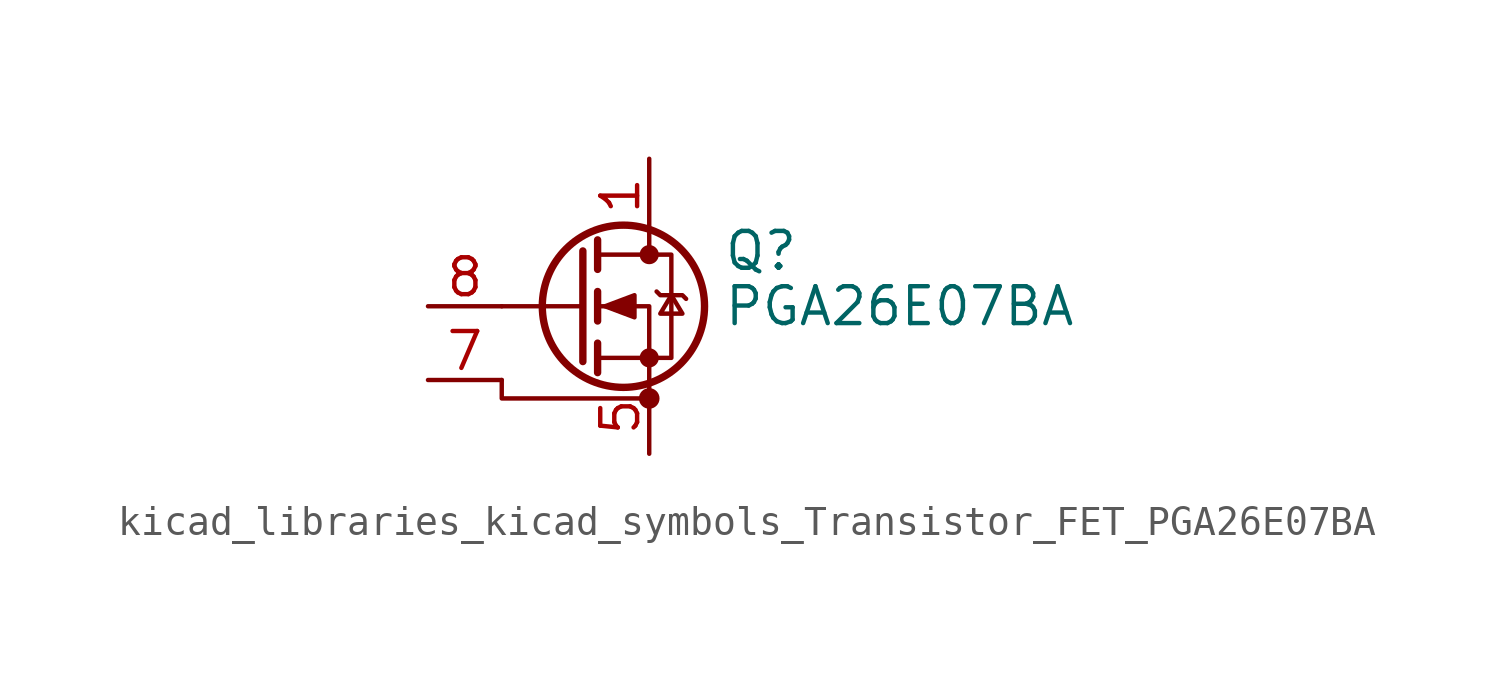
<source format=kicad_sym>
(kicad_symbol_lib
  (version 20220914)
  (generator kicad_symbol_editor)
  (symbol "kicad_libraries_kicad_symbols_Transistor_FET_PGA26E07BA"
    (pin_names hide)
    (property "Reference" "Q"
      (at 5.08 1.905 0)
      (effects (font (size 1.27 1.27)) (justify left)))
    (property "Value" "PGA26E07BA"
      (at 5.08 0 0)
      (effects (font (size 1.27 1.27)) (justify left)))
    (symbol "kicad_libraries_kicad_symbols_Transistor_FET_PGA26E07BA_0_1"
      (polyline (pts (xy 0.254 0) (xy -2.54 0)) (stroke (width 0) (type default)) (fill (type none)))
      (polyline (pts (xy 0.254 1.905) (xy 0.254 -1.905)) (stroke (width 0.254) (type default)) (fill (type none)))
      (polyline (pts (xy 0.762 -1.27) (xy 0.762 -2.286)) (stroke (width 0.254) (type default)) (fill (type none)))
      (polyline (pts (xy 0.762 0.508) (xy 0.762 -0.508)) (stroke (width 0.254) (type default)) (fill (type none)))
      (polyline (pts (xy 0.762 2.286) (xy 0.762 1.27)) (stroke (width 0.254) (type default)) (fill (type none)))
      (polyline (pts (xy 2.54 2.54) (xy 2.54 1.778)) (stroke (width 0) (type default)) (fill (type none)))
      (polyline (pts (xy -2.54 -2.54) (xy -2.54 -3.175) (xy 2.54 -3.175)) (stroke (width 0) (type default)) (fill (type none)))
      (polyline (pts (xy 2.54 -2.54) (xy 2.54 0) (xy 0.762 0)) (stroke (width 0) (type default)) (fill (type none)))
      (polyline (pts (xy 0.762 -1.778) (xy 3.302 -1.778) (xy 3.302 1.778) (xy 0.762 1.778)) (stroke (width 0) (type default)) (fill (type none)))
      (polyline (pts (xy 1.016 0) (xy 2.032 0.381) (xy 2.032 -0.381) (xy 1.016 0)) (stroke (width 0) (type default)) (fill (type outline)))
      (polyline (pts (xy 2.794 0.508) (xy 2.921 0.381) (xy 3.683 0.381) (xy 3.81 0.254)) (stroke (width 0) (type default)) (fill (type none)))
      (polyline (pts (xy 3.302 0.381) (xy 2.921 -0.254) (xy 3.683 -0.254) (xy 3.302 0.381)) (stroke (width 0) (type default)) (fill (type none)))
      (circle (center 1.651 0) (radius 2.794) (stroke (width 0.254) (type default)) (fill (type none)))
      (circle (center 2.54 -3.175) (radius 0.279) (stroke (width 0) (type default)) (fill (type outline)))
      (circle (center 2.54 -1.778) (radius 0.254) (stroke (width 0) (type default)) (fill (type outline)))
      (circle (center 2.54 1.778) (radius 0.254) (stroke (width 0) (type default)) (fill (type outline))))
    (symbol "kicad_libraries_kicad_symbols_Transistor_FET_PGA26E07BA_1_1"
      (pin passive line (at 2.54 5.08 270) (length 2.54) (name "D" (effects (font (size 1.27 1.27)))) (number "1" (effects (font (size 1.27 1.27)))))
      (pin passive line (at 2.54 5.08 270) (length 2.54) hide (name "D" (effects (font (size 1.27 1.27)))) (number "2" (effects (font (size 1.27 1.27)))))
      (pin passive line (at 2.54 5.08 270) (length 2.54) hide (name "D" (effects (font (size 1.27 1.27)))) (number "3" (effects (font (size 1.27 1.27)))))
      (pin passive line (at 2.54 5.08 270) (length 2.54) hide (name "D" (effects (font (size 1.27 1.27)))) (number "4" (effects (font (size 1.27 1.27)))))
      (pin passive line (at 2.54 -5.08 90) (length 2.54) (name "S2" (effects (font (size 1.27 1.27)))) (number "5" (effects (font (size 1.27 1.27)))))
      (pin passive line (at 2.54 -5.08 90) (length 2.54) hide (name "S2" (effects (font (size 1.27 1.27)))) (number "6" (effects (font (size 1.27 1.27)))))
      (pin passive line (at -5.08 -2.54 0) (length 2.54) (name "S1" (effects (font (size 1.27 1.27)))) (number "7" (effects (font (size 1.27 1.27)))))
      (pin input line (at -5.08 0 0) (length 2.54) (name "G" (effects (font (size 1.27 1.27)))) (number "8" (effects (font (size 1.27 1.27)))))
      (pin passive line (at 2.54 -5.08 90) (length 2.54) hide (name "S2" (effects (font (size 1.27 1.27)))) (number "9" (effects (font (size 1.27 1.27))))))))
</source>
